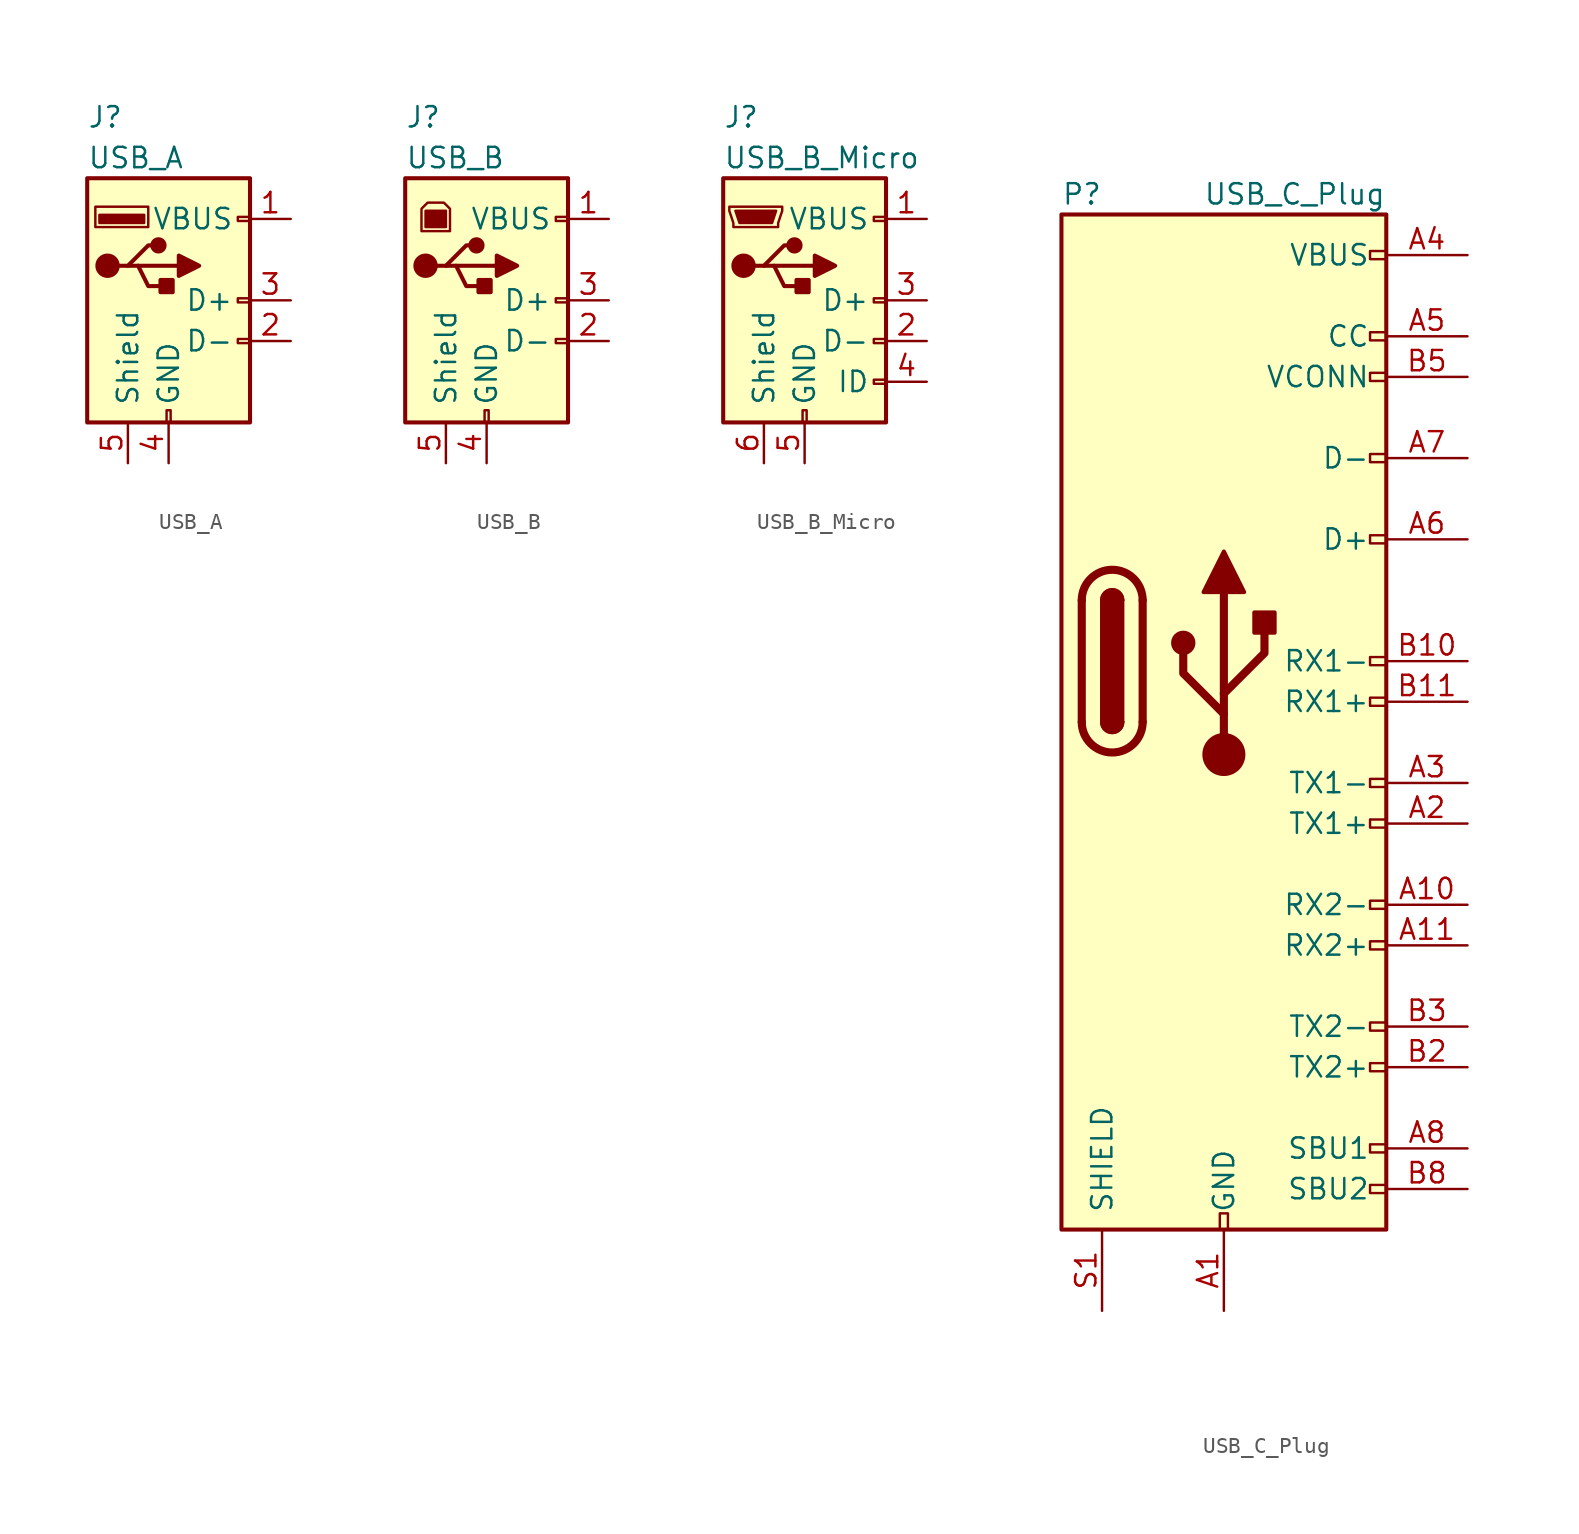
<source format=kicad_sym>
(kicad_symbol_lib
  (version 20231120)
  (generator "kicad_symbol_editor")
  (generator_version "8.0")
  (symbol "USB_A"
    (pin_names
      (offset 1.016))
    (property "Reference" "J"
      (at -5.08 11.43 0)
      (effects (font (size 1.27 1.27)) (justify left)))
    (property "Value" "USB_A"
      (at -5.08 8.89 0)
      (effects (font (size 1.27 1.27)) (justify left)))
    (symbol "USB_A_0_1"
      (rectangle (start -5.08 -7.62) (end 5.08 7.62) (stroke (width 0.254) (type solid)) (fill (type background)))
      (circle (center -3.81 2.159) (radius 0.635) (stroke (width 0.254) (type solid)) (fill (type outline)))
      (rectangle (start -1.524 4.826) (end -4.318 5.334) (stroke (width 0) (type solid)) (fill (type outline)))
      (rectangle (start -1.27 4.572) (end -4.572 5.842) (stroke (width 0) (type solid)) (fill (type none)))
      (circle (center -0.635 3.429) (radius 0.381) (stroke (width 0.254) (type solid)) (fill (type outline)))
      (rectangle (start -0.127 -7.62) (end 0.127 -6.858) (stroke (width 0) (type solid)) (fill (type none)))
      (polyline (pts (xy -3.175 2.159) (xy -2.54 2.159) (xy -1.27 3.429) (xy -0.635 3.429)) (stroke (width 0.254) (type solid)) (fill (type none)))
      (polyline (pts (xy -2.54 2.159) (xy -1.905 2.159) (xy -1.27 0.889) (xy 0 0.889)) (stroke (width 0.254) (type solid)) (fill (type none)))
      (polyline (pts (xy 0.635 2.794) (xy 0.635 1.524) (xy 1.905 2.159) (xy 0.635 2.794)) (stroke (width 0.254) (type solid)) (fill (type outline)))
      (rectangle (start 0.254 1.27) (end -0.508 0.508) (stroke (width 0.254) (type solid)) (fill (type outline)))
      (rectangle (start 5.08 -2.667) (end 4.318 -2.413) (stroke (width 0) (type solid)) (fill (type none)))
      (rectangle (start 5.08 -0.127) (end 4.318 0.127) (stroke (width 0) (type solid)) (fill (type none)))
      (rectangle (start 5.08 4.953) (end 4.318 5.207) (stroke (width 0) (type solid)) (fill (type none))))
    (symbol "USB_A_1_1"
      (polyline (pts (xy -1.905 2.159) (xy 0.635 2.159)) (stroke (width 0.254) (type solid)) (fill (type none)))
      (pin power_in line (at 7.62 5.08 180) (length 2.54) (name "VBUS" (effects (font (size 1.27 1.27)))) (number "1" (effects (font (size 1.27 1.27)))))
      (pin bidirectional line (at 7.62 -2.54 180) (length 2.54) (name "D-" (effects (font (size 1.27 1.27)))) (number "2" (effects (font (size 1.27 1.27)))))
      (pin bidirectional line (at 7.62 0 180) (length 2.54) (name "D+" (effects (font (size 1.27 1.27)))) (number "3" (effects (font (size 1.27 1.27)))))
      (pin power_in line (at 0 -10.16 90) (length 2.54) (name "GND" (effects (font (size 1.27 1.27)))) (number "4" (effects (font (size 1.27 1.27)))))
      (pin passive line (at -2.54 -10.16 90) (length 2.54) (name "Shield" (effects (font (size 1.27 1.27)))) (number "5" (effects (font (size 1.27 1.27)))))))
  (symbol "USB_B"
    (pin_names
      (offset 1.016))
    (property "Reference" "J"
      (at -5.08 11.43 0)
      (effects (font (size 1.27 1.27)) (justify left)))
    (property "Value" "USB_B"
      (at -5.08 8.89 0)
      (effects (font (size 1.27 1.27)) (justify left)))
    (symbol "USB_B_0_1"
      (rectangle (start -5.08 -7.62) (end 5.08 7.62) (stroke (width 0.254) (type solid)) (fill (type background)))
      (circle (center -3.81 2.159) (radius 0.635) (stroke (width 0.254) (type solid)) (fill (type outline)))
      (rectangle (start -3.81 5.588) (end -2.54 4.572) (stroke (width 0) (type solid)) (fill (type outline)))
      (circle (center -0.635 3.429) (radius 0.381) (stroke (width 0.254) (type solid)) (fill (type outline)))
      (rectangle (start -0.127 -7.62) (end 0.127 -6.858) (stroke (width 0) (type solid)) (fill (type none)))
      (polyline (pts (xy -1.905 2.159) (xy 0.635 2.159)) (stroke (width 0.254) (type solid)) (fill (type none)))
      (polyline (pts (xy -3.175 2.159) (xy -2.54 2.159) (xy -1.27 3.429) (xy -0.635 3.429)) (stroke (width 0.254) (type solid)) (fill (type none)))
      (polyline (pts (xy -2.54 2.159) (xy -1.905 2.159) (xy -1.27 0.889) (xy 0 0.889)) (stroke (width 0.254) (type solid)) (fill (type none)))
      (polyline (pts (xy 0.635 2.794) (xy 0.635 1.524) (xy 1.905 2.159) (xy 0.635 2.794)) (stroke (width 0.254) (type solid)) (fill (type outline)))
      (polyline (pts (xy -4.064 4.318) (xy -2.286 4.318) (xy -2.286 5.715) (xy -2.667 6.096) (xy -3.683 6.096) (xy -4.064 5.715) (xy -4.064 4.318)) (stroke (width 0) (type solid)) (fill (type none)))
      (rectangle (start 0.254 1.27) (end -0.508 0.508) (stroke (width 0.254) (type solid)) (fill (type outline)))
      (rectangle (start 5.08 -2.667) (end 4.318 -2.413) (stroke (width 0) (type solid)) (fill (type none)))
      (rectangle (start 5.08 -0.127) (end 4.318 0.127) (stroke (width 0) (type solid)) (fill (type none)))
      (rectangle (start 5.08 4.953) (end 4.318 5.207) (stroke (width 0) (type solid)) (fill (type none))))
    (symbol "USB_B_1_1"
      (pin power_out line (at 7.62 5.08 180) (length 2.54) (name "VBUS" (effects (font (size 1.27 1.27)))) (number "1" (effects (font (size 1.27 1.27)))))
      (pin bidirectional line (at 7.62 -2.54 180) (length 2.54) (name "D-" (effects (font (size 1.27 1.27)))) (number "2" (effects (font (size 1.27 1.27)))))
      (pin bidirectional line (at 7.62 0 180) (length 2.54) (name "D+" (effects (font (size 1.27 1.27)))) (number "3" (effects (font (size 1.27 1.27)))))
      (pin power_out line (at 0 -10.16 90) (length 2.54) (name "GND" (effects (font (size 1.27 1.27)))) (number "4" (effects (font (size 1.27 1.27)))))
      (pin passive line (at -2.54 -10.16 90) (length 2.54) (name "Shield" (effects (font (size 1.27 1.27)))) (number "5" (effects (font (size 1.27 1.27)))))))
  (symbol "USB_B_Micro"
    (pin_names
      (offset 1.016))
    (property "Reference" "J"
      (at -5.08 11.43 0)
      (effects (font (size 1.27 1.27)) (justify left)))
    (property "Value" "USB_B_Micro"
      (at -5.08 8.89 0)
      (effects (font (size 1.27 1.27)) (justify left)))
    (symbol "USB_B_Micro_0_1"
      (rectangle (start -5.08 -7.62) (end 5.08 7.62) (stroke (width 0.254) (type solid)) (fill (type background)))
      (circle (center -3.81 2.159) (radius 0.635) (stroke (width 0.254) (type solid)) (fill (type outline)))
      (circle (center -0.635 3.429) (radius 0.381) (stroke (width 0.254) (type solid)) (fill (type outline)))
      (rectangle (start -0.127 -7.62) (end 0.127 -6.858) (stroke (width 0) (type solid)) (fill (type none)))
      (polyline (pts (xy -1.905 2.159) (xy 0.635 2.159)) (stroke (width 0.254) (type solid)) (fill (type none)))
      (polyline (pts (xy -3.175 2.159) (xy -2.54 2.159) (xy -1.27 3.429) (xy -0.635 3.429)) (stroke (width 0.254) (type solid)) (fill (type none)))
      (polyline (pts (xy -2.54 2.159) (xy -1.905 2.159) (xy -1.27 0.889) (xy 0 0.889)) (stroke (width 0.254) (type solid)) (fill (type none)))
      (polyline (pts (xy 0.635 2.794) (xy 0.635 1.524) (xy 1.905 2.159) (xy 0.635 2.794)) (stroke (width 0.254) (type solid)) (fill (type outline)))
      (polyline (pts (xy -4.318 5.588) (xy -1.778 5.588) (xy -2.032 4.826) (xy -4.064 4.826) (xy -4.318 5.588)) (stroke (width 0) (type solid)) (fill (type outline)))
      (polyline (pts (xy -4.699 5.842) (xy -4.699 5.588) (xy -4.445 4.826) (xy -4.445 4.572) (xy -1.651 4.572) (xy -1.651 4.826) (xy -1.397 5.588) (xy -1.397 5.842) (xy -4.699 5.842)) (stroke (width 0) (type solid)) (fill (type none)))
      (rectangle (start 0.254 1.27) (end -0.508 0.508) (stroke (width 0.254) (type solid)) (fill (type outline)))
      (rectangle (start 5.08 -5.207) (end 4.318 -4.953) (stroke (width 0) (type solid)) (fill (type none)))
      (rectangle (start 5.08 -2.667) (end 4.318 -2.413) (stroke (width 0) (type solid)) (fill (type none)))
      (rectangle (start 5.08 -0.127) (end 4.318 0.127) (stroke (width 0) (type solid)) (fill (type none)))
      (rectangle (start 5.08 4.953) (end 4.318 5.207) (stroke (width 0) (type solid)) (fill (type none))))
    (symbol "USB_B_Micro_1_1"
      (pin power_out line (at 7.62 5.08 180) (length 2.54) (name "VBUS" (effects (font (size 1.27 1.27)))) (number "1" (effects (font (size 1.27 1.27)))))
      (pin bidirectional line (at 7.62 -2.54 180) (length 2.54) (name "D-" (effects (font (size 1.27 1.27)))) (number "2" (effects (font (size 1.27 1.27)))))
      (pin bidirectional line (at 7.62 0 180) (length 2.54) (name "D+" (effects (font (size 1.27 1.27)))) (number "3" (effects (font (size 1.27 1.27)))))
      (pin passive line (at 7.62 -5.08 180) (length 2.54) (name "ID" (effects (font (size 1.27 1.27)))) (number "4" (effects (font (size 1.27 1.27)))))
      (pin power_out line (at 0 -10.16 90) (length 2.54) (name "GND" (effects (font (size 1.27 1.27)))) (number "5" (effects (font (size 1.27 1.27)))))
      (pin passive line (at -2.54 -10.16 90) (length 2.54) (name "Shield" (effects (font (size 1.27 1.27)))) (number "6" (effects (font (size 1.27 1.27)))))))
  (symbol "USB_C_Plug"
    (pin_names
      (offset 1.016))
    (property "Reference" "P"
      (at -10.16 29.21 0)
      (effects (font (size 1.27 1.27)) (justify left)))
    (property "Value" "USB_C_Plug"
      (at 10.16 29.21 0)
      (effects (font (size 1.27 1.27)) (justify right)))
    (symbol "USB_C_Plug_0_0"
      (rectangle (start -0.254 -35.56) (end 0.254 -34.544) (stroke (width 0) (type solid)) (fill (type none)))
      (rectangle (start 10.16 -32.766) (end 9.144 -33.274) (stroke (width 0) (type solid)) (fill (type none)))
      (rectangle (start 10.16 -30.226) (end 9.144 -30.734) (stroke (width 0) (type solid)) (fill (type none)))
      (rectangle (start 10.16 -25.146) (end 9.144 -25.654) (stroke (width 0) (type solid)) (fill (type none)))
      (rectangle (start 10.16 -22.606) (end 9.144 -23.114) (stroke (width 0) (type solid)) (fill (type none)))
      (rectangle (start 10.16 -17.526) (end 9.144 -18.034) (stroke (width 0) (type solid)) (fill (type none)))
      (rectangle (start 10.16 -14.986) (end 9.144 -15.494) (stroke (width 0) (type solid)) (fill (type none)))
      (rectangle (start 10.16 -9.906) (end 9.144 -10.414) (stroke (width 0) (type solid)) (fill (type none)))
      (rectangle (start 10.16 -7.366) (end 9.144 -7.874) (stroke (width 0) (type solid)) (fill (type none)))
      (rectangle (start 10.16 -2.286) (end 9.144 -2.794) (stroke (width 0) (type solid)) (fill (type none)))
      (rectangle (start 10.16 0.254) (end 9.144 -0.254) (stroke (width 0) (type solid)) (fill (type none)))
      (rectangle (start 10.16 7.874) (end 9.144 7.366) (stroke (width 0) (type solid)) (fill (type none)))
      (rectangle (start 10.16 12.954) (end 9.144 12.446) (stroke (width 0) (type solid)) (fill (type none)))
      (rectangle (start 10.16 18.034) (end 9.144 17.526) (stroke (width 0) (type solid)) (fill (type none)))
      (rectangle (start 10.16 20.574) (end 9.144 20.066) (stroke (width 0) (type solid)) (fill (type none)))
      (rectangle (start 10.16 25.654) (end 9.144 25.146) (stroke (width 0) (type solid)) (fill (type none))))
    (symbol "USB_C_Plug_0_1"
      (rectangle (start -10.16 27.94) (end 10.16 -35.56) (stroke (width 0.254) (type solid)) (fill (type background)))
      (arc (start -8.89 -3.81) (mid -6.985 -5.715) (end -5.08 -3.81) (stroke (width 0.508) (type solid)) (fill (type none)))
      (arc (start -7.62 -3.81) (mid -6.985 -4.445) (end -6.35 -3.81) (stroke (width 0.254) (type solid)) (fill (type none)))
      (arc (start -7.62 -3.81) (mid -6.985 -4.445) (end -6.35 -3.81) (stroke (width 0.254) (type solid)) (fill (type outline)))
      (rectangle (start -7.62 -3.81) (end -6.35 3.81) (stroke (width 0.254) (type solid)) (fill (type outline)))
      (arc (start -6.35 3.81) (mid -6.985 4.445) (end -7.62 3.81) (stroke (width 0.254) (type solid)) (fill (type none)))
      (arc (start -6.35 3.81) (mid -6.985 4.445) (end -7.62 3.81) (stroke (width 0.254) (type solid)) (fill (type outline)))
      (arc (start -5.08 3.81) (mid -6.985 5.715) (end -8.89 3.81) (stroke (width 0.508) (type solid)) (fill (type none)))
      (polyline (pts (xy -8.89 -3.81) (xy -8.89 3.81)) (stroke (width 0.508) (type solid)) (fill (type none)))
      (polyline (pts (xy -5.08 3.81) (xy -5.08 -3.81)) (stroke (width 0.508) (type solid)) (fill (type none))))
    (symbol "USB_C_Plug_1_1"
      (circle (center -2.54 1.143) (radius 0.635) (stroke (width 0.254) (type solid)) (fill (type outline)))
      (circle (center 0 -5.842) (radius 1.27) (stroke (width 0) (type solid)) (fill (type outline)))
      (polyline (pts (xy 0 -5.842) (xy 0 4.318)) (stroke (width 0.508) (type solid)) (fill (type none)))
      (polyline (pts (xy 0 -3.302) (xy -2.54 -0.762) (xy -2.54 0.508)) (stroke (width 0.508) (type solid)) (fill (type none)))
      (polyline (pts (xy 0 -2.032) (xy 2.54 0.508) (xy 2.54 1.778)) (stroke (width 0.508) (type solid)) (fill (type none)))
      (polyline (pts (xy -1.27 4.318) (xy 0 6.858) (xy 1.27 4.318) (xy -1.27 4.318)) (stroke (width 0.254) (type solid)) (fill (type outline)))
      (rectangle (start 1.905 1.778) (end 3.175 3.048) (stroke (width 0.254) (type solid)) (fill (type outline)))
      (pin passive line (at 0 -40.64 90) (length 5.08) (name "GND" (effects (font (size 1.27 1.27)))) (number "A1" (effects (font (size 1.27 1.27)))))
      (pin bidirectional line (at 15.24 -15.24 180) (length 5.08) (name "RX2-" (effects (font (size 1.27 1.27)))) (number "A10" (effects (font (size 1.27 1.27)))))
      (pin bidirectional line (at 15.24 -17.78 180) (length 5.08) (name "RX2+" (effects (font (size 1.27 1.27)))) (number "A11" (effects (font (size 1.27 1.27)))))
      (pin passive line (at 0 -40.64 90) (length 5.08) hide (name "GND" (effects (font (size 1.27 1.27)))) (number "A12" (effects (font (size 1.27 1.27)))))
      (pin bidirectional line (at 15.24 -10.16 180) (length 5.08) (name "TX1+" (effects (font (size 1.27 1.27)))) (number "A2" (effects (font (size 1.27 1.27)))))
      (pin bidirectional line (at 15.24 -7.62 180) (length 5.08) (name "TX1-" (effects (font (size 1.27 1.27)))) (number "A3" (effects (font (size 1.27 1.27)))))
      (pin passive line (at 15.24 25.4 180) (length 5.08) (name "VBUS" (effects (font (size 1.27 1.27)))) (number "A4" (effects (font (size 1.27 1.27)))))
      (pin bidirectional line (at 15.24 20.32 180) (length 5.08) (name "CC" (effects (font (size 1.27 1.27)))) (number "A5" (effects (font (size 1.27 1.27)))))
      (pin bidirectional line (at 15.24 7.62 180) (length 5.08) (name "D+" (effects (font (size 1.27 1.27)))) (number "A6" (effects (font (size 1.27 1.27)))))
      (pin bidirectional line (at 15.24 12.7 180) (length 5.08) (name "D-" (effects (font (size 1.27 1.27)))) (number "A7" (effects (font (size 1.27 1.27)))))
      (pin bidirectional line (at 15.24 -30.48 180) (length 5.08) (name "SBU1" (effects (font (size 1.27 1.27)))) (number "A8" (effects (font (size 1.27 1.27)))))
      (pin passive line (at 15.24 25.4 180) (length 5.08) hide (name "VBUS" (effects (font (size 1.27 1.27)))) (number "A9" (effects (font (size 1.27 1.27)))))
      (pin passive line (at 0 -40.64 90) (length 5.08) hide (name "GND" (effects (font (size 1.27 1.27)))) (number "B1" (effects (font (size 1.27 1.27)))))
      (pin bidirectional line (at 15.24 0 180) (length 5.08) (name "RX1-" (effects (font (size 1.27 1.27)))) (number "B10" (effects (font (size 1.27 1.27)))))
      (pin bidirectional line (at 15.24 -2.54 180) (length 5.08) (name "RX1+" (effects (font (size 1.27 1.27)))) (number "B11" (effects (font (size 1.27 1.27)))))
      (pin passive line (at 0 -40.64 90) (length 5.08) hide (name "GND" (effects (font (size 1.27 1.27)))) (number "B12" (effects (font (size 1.27 1.27)))))
      (pin bidirectional line (at 15.24 -25.4 180) (length 5.08) (name "TX2+" (effects (font (size 1.27 1.27)))) (number "B2" (effects (font (size 1.27 1.27)))))
      (pin bidirectional line (at 15.24 -22.86 180) (length 5.08) (name "TX2-" (effects (font (size 1.27 1.27)))) (number "B3" (effects (font (size 1.27 1.27)))))
      (pin passive line (at 15.24 25.4 180) (length 5.08) hide (name "VBUS" (effects (font (size 1.27 1.27)))) (number "B4" (effects (font (size 1.27 1.27)))))
      (pin bidirectional line (at 15.24 17.78 180) (length 5.08) (name "VCONN" (effects (font (size 1.27 1.27)))) (number "B5" (effects (font (size 1.27 1.27)))))
      (pin bidirectional line (at 15.24 -33.02 180) (length 5.08) (name "SBU2" (effects (font (size 1.27 1.27)))) (number "B8" (effects (font (size 1.27 1.27)))))
      (pin passive line (at 15.24 25.4 180) (length 5.08) hide (name "VBUS" (effects (font (size 1.27 1.27)))) (number "B9" (effects (font (size 1.27 1.27)))))
      (pin passive line (at -7.62 -40.64 90) (length 5.08) (name "SHIELD" (effects (font (size 1.27 1.27)))) (number "S1" (effects (font (size 1.27 1.27))))))))
</source>
